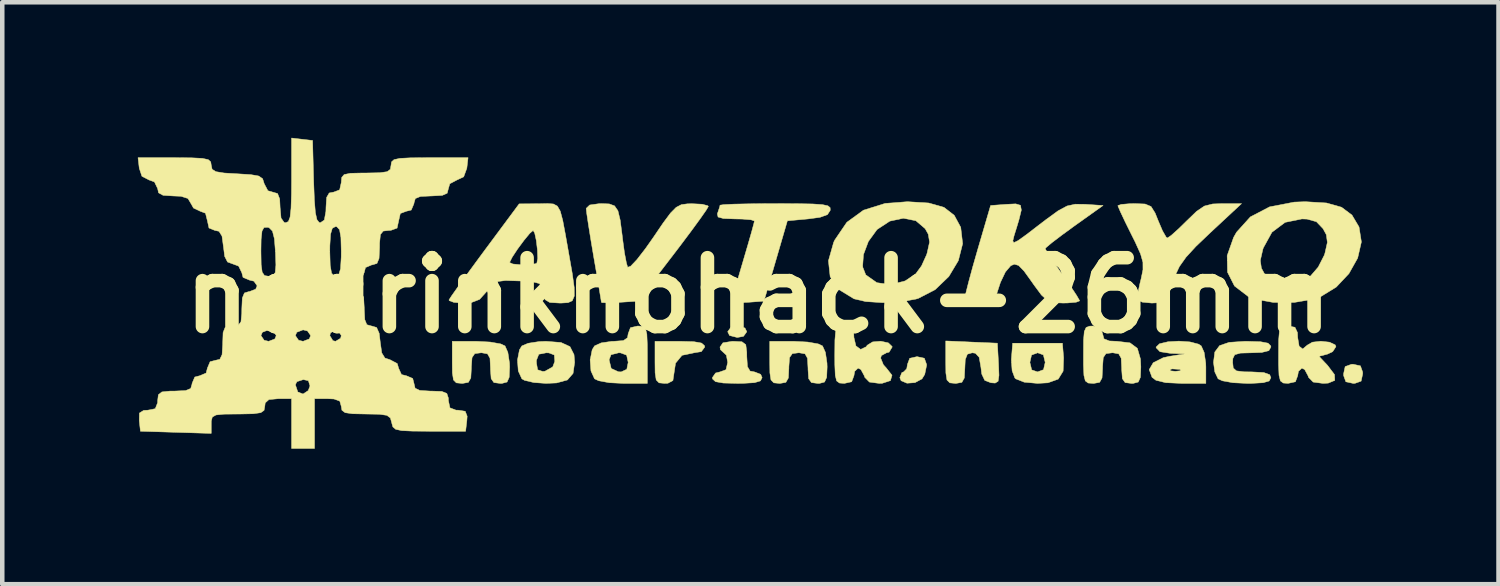
<source format=kicad_pcb>
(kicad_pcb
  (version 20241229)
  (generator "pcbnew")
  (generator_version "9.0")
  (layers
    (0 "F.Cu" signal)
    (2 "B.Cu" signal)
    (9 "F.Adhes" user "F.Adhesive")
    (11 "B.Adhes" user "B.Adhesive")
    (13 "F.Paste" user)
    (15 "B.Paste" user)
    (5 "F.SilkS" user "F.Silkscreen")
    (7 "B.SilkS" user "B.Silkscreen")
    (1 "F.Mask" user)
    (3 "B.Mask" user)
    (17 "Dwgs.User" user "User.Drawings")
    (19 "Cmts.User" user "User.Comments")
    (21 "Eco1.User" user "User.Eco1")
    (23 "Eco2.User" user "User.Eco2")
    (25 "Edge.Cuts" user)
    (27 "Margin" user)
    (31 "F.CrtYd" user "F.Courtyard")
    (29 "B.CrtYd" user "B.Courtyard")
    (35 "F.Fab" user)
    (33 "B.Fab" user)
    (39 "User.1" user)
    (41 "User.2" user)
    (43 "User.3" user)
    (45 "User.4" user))
  (footprint "nodrinknohack-26mm"
    (layer "F.Cu")
    (at 13.732 3.488)
    (property "Reference" "nodrinknohack-26mm" (at 0 0 0) (layer "F.SilkS") (effects (font (size 1.524 1.524) (thickness 0.3))))
    (attr through_hole)
    (fp_poly (pts (xy -0.295 0.721) (xy -0.254 0.804) (xy -0.328 0.906) (xy -0.466 0.931) (xy -0.636 0.887) (xy -0.677 0.804) (xy -0.604 0.702) (xy -0.466 0.677) (xy -0.295 0.721)) (stroke (width 0.01) (type solid)) (fill yes) (layer "F.SilkS"))
    (fp_poly (pts (xy 13.327 1.559) (xy 13.376 1.697) (xy 13.377 1.736) (xy 13.342 1.897) (xy 13.205 1.946) (xy 13.166 1.947) (xy 13.005 1.912) (xy 12.955 1.775) (xy 12.954 1.736) (xy 12.989 1.575) (xy 13.127 1.525) (xy 13.166 1.524) (xy 13.327 1.559)) (stroke (width 0.01) (type solid)) (fill yes) (layer "F.SilkS"))
    (fp_poly (pts (xy 3.676 1.391) (xy 3.725 1.528) (xy 3.725 1.549) (xy 3.684 1.748) (xy 3.624 1.846) (xy 3.469 1.93) (xy 3.292 1.943) (xy 3.161 1.888) (xy 3.133 1.82) (xy 3.178 1.708) (xy 3.217 1.693) (xy 3.286 1.622) (xy 3.302 1.524) (xy 3.352 1.391) (xy 3.514 1.355) (xy 3.676 1.391)) (stroke (width 0.01) (type solid)) (fill yes) (layer "F.SilkS"))
    (fp_poly (pts (xy -1.427 1.024) (xy -1.255 1.055) (xy -1.189 1.114) (xy -1.185 1.143) (xy -1.26 1.244) (xy -1.422 1.27) (xy -1.688 1.326) (xy -1.831 1.5) (xy -1.863 1.71) (xy -1.889 1.884) (xy -2 1.944) (xy -2.074 1.947) (xy -2.196 1.935) (xy -2.259 1.871) (xy -2.283 1.714) (xy -2.286 1.482) (xy -2.286 1.016) (xy -1.736 1.016) (xy -1.427 1.024)) (stroke (width 0.01) (type solid)) (fill yes) (layer "F.SilkS"))
    (fp_poly (pts (xy 5.292 1.058) (xy 5.317 1.509) (xy 5.327 1.769) (xy 5.308 1.9) (xy 5.243 1.94) (xy 5.148 1.933) (xy 5.012 1.88) (xy 4.946 1.74) (xy 4.927 1.587) (xy 4.889 1.37) (xy 4.806 1.28) (xy 4.736 1.27) (xy 4.628 1.3) (xy 4.581 1.42) (xy 4.572 1.609) (xy 4.56 1.827) (xy 4.506 1.924) (xy 4.379 1.947) (xy 4.36 1.947) (xy 4.239 1.935) (xy 4.176 1.872) (xy 4.152 1.716) (xy 4.149 1.478) (xy 4.149 1.008) (xy 5.292 1.058)) (stroke (width 0.01) (type solid)) (fill yes) (layer "F.SilkS"))
    (fp_poly (pts (xy 6.758 1.382) (xy 6.747 1.676) (xy 6.639 1.852) (xy 6.41 1.934) (xy 6.181 1.947) (xy 5.885 1.92) (xy 5.698 1.846) (xy 5.678 1.826) (xy 5.618 1.666) (xy 5.605 1.482) (xy 6.011 1.482) (xy 6.051 1.648) (xy 6.181 1.693) (xy 6.313 1.644) (xy 6.35 1.482) (xy 6.31 1.316) (xy 6.181 1.27) (xy 6.048 1.32) (xy 6.011 1.482) (xy 5.605 1.482) (xy 5.601 1.428) (xy 5.604 1.382) (xy 5.63 1.058) (xy 6.731 1.058) (xy 6.758 1.382)) (stroke (width 0.01) (type solid)) (fill yes) (layer "F.SilkS"))
    (fp_poly (pts (xy -0.361 1.026) (xy -0.276 1.09) (xy -0.255 1.255) (xy -0.254 1.355) (xy -0.24 1.576) (xy -0.182 1.674) (xy -0.085 1.693) (xy 0.053 1.746) (xy 0.085 1.82) (xy 0.048 1.892) (xy -0.083 1.931) (xy -0.341 1.946) (xy -0.466 1.947) (xy -0.774 1.939) (xy -0.946 1.909) (xy -1.012 1.849) (xy -1.016 1.82) (xy -0.945 1.717) (xy -0.847 1.693) (xy -0.714 1.644) (xy -0.677 1.482) (xy -0.706 1.323) (xy -0.762 1.27) (xy -0.837 1.201) (xy -0.847 1.143) (xy -0.782 1.049) (xy -0.577 1.016) (xy -0.55 1.016) (xy -0.361 1.026)) (stroke (width 0.01) (type solid)) (fill yes) (layer "F.SilkS"))
    (fp_poly (pts (xy -5.933 1.032) (xy -5.701 1.073) (xy -5.605 1.118) (xy -5.542 1.261) (xy -5.506 1.497) (xy -5.503 1.583) (xy -5.513 1.812) (xy -5.56 1.917) (xy -5.672 1.947) (xy -5.715 1.947) (xy -5.851 1.929) (xy -5.912 1.842) (xy -5.927 1.638) (xy -5.927 1.609) (xy -5.938 1.39) (xy -5.993 1.293) (xy -6.12 1.27) (xy -6.138 1.27) (xy -6.275 1.288) (xy -6.335 1.376) (xy -6.35 1.579) (xy -6.35 1.609) (xy -6.362 1.827) (xy -6.416 1.924) (xy -6.543 1.947) (xy -6.562 1.947) (xy -6.683 1.935) (xy -6.746 1.871) (xy -6.77 1.714) (xy -6.773 1.482) (xy -6.773 1.016) (xy -6.24 1.016) (xy -5.933 1.032)) (stroke (width 0.01) (type solid)) (fill yes) (layer "F.SilkS"))
    (fp_poly (pts (xy -4.366 1.042) (xy -4.168 1.133) (xy -4.078 1.31) (xy -4.064 1.482) (xy -4.099 1.726) (xy -4.224 1.871) (xy -4.465 1.937) (xy -4.699 1.947) (xy -4.968 1.928) (xy -5.172 1.88) (xy -5.232 1.846) (xy -5.312 1.671) (xy -5.325 1.488) (xy -4.911 1.488) (xy -4.883 1.646) (xy -4.771 1.683) (xy -4.72 1.678) (xy -4.549 1.582) (xy -4.503 1.46) (xy -4.514 1.318) (xy -4.635 1.272) (xy -4.693 1.27) (xy -4.857 1.302) (xy -4.909 1.434) (xy -4.911 1.488) (xy -5.325 1.488) (xy -5.329 1.428) (xy -5.285 1.203) (xy -5.232 1.118) (xy -5.093 1.059) (xy -4.852 1.022) (xy -4.699 1.016) (xy -4.366 1.042)) (stroke (width 0.01) (type solid)) (fill yes) (layer "F.SilkS"))
    (fp_poly (pts (xy 1.094 1.032) (xy 1.327 1.073) (xy 1.422 1.118) (xy 1.486 1.261) (xy 1.521 1.497) (xy 1.524 1.583) (xy 1.514 1.812) (xy 1.467 1.917) (xy 1.356 1.947) (xy 1.312 1.947) (xy 1.176 1.929) (xy 1.115 1.842) (xy 1.101 1.638) (xy 1.101 1.609) (xy 1.089 1.39) (xy 1.035 1.293) (xy 0.907 1.27) (xy 0.889 1.27) (xy 0.753 1.288) (xy 0.692 1.376) (xy 0.677 1.579) (xy 0.677 1.609) (xy 0.666 1.827) (xy 0.611 1.924) (xy 0.484 1.947) (xy 0.466 1.947) (xy 0.344 1.935) (xy 0.281 1.871) (xy 0.257 1.714) (xy 0.254 1.482) (xy 0.254 1.016) (xy 0.787 1.016) (xy 1.094 1.032)) (stroke (width 0.01) (type solid)) (fill yes) (layer "F.SilkS"))
    (fp_poly (pts (xy 9.554 1.029) (xy 9.746 1.079) (xy 9.804 1.118) (xy 9.868 1.261) (xy 9.903 1.497) (xy 9.906 1.583) (xy 9.906 1.947) (xy 9.366 1.947) (xy 9.017 1.931) (xy 8.803 1.879) (xy 8.715 1.813) (xy 8.662 1.668) (xy 9.112 1.668) (xy 9.229 1.68) (xy 9.349 1.667) (xy 9.335 1.637) (xy 9.161 1.626) (xy 9.123 1.637) (xy 9.112 1.668) (xy 8.662 1.668) (xy 8.652 1.642) (xy 8.741 1.49) (xy 8.963 1.378) (xy 9.11 1.346) (xy 9.44 1.294) (xy 9.123 1.282) (xy 8.891 1.246) (xy 8.806 1.159) (xy 8.805 1.143) (xy 8.88 1.07) (xy 9.066 1.026) (xy 9.309 1.012) (xy 9.554 1.029)) (stroke (width 0.01) (type solid)) (fill yes) (layer "F.SilkS"))
    (fp_poly (pts (xy 11.115 1.025) (xy 11.282 1.057) (xy 11.343 1.119) (xy 11.345 1.143) (xy 11.3 1.223) (xy 11.143 1.262) (xy 10.922 1.27) (xy 10.671 1.277) (xy 10.545 1.312) (xy 10.503 1.397) (xy 10.499 1.482) (xy 10.512 1.607) (xy 10.582 1.67) (xy 10.752 1.691) (xy 10.922 1.693) (xy 11.188 1.707) (xy 11.318 1.754) (xy 11.345 1.82) (xy 11.308 1.893) (xy 11.174 1.932) (xy 10.912 1.947) (xy 10.812 1.947) (xy 10.505 1.932) (xy 10.273 1.89) (xy 10.177 1.846) (xy 10.104 1.693) (xy 10.075 1.482) (xy 10.104 1.253) (xy 10.21 1.111) (xy 10.421 1.039) (xy 10.768 1.016) (xy 10.812 1.016) (xy 11.115 1.025)) (stroke (width 0.01) (type solid)) (fill yes) (layer "F.SilkS"))
    (fp_poly (pts (xy -2.559 0.685) (xy -2.496 0.733) (xy -2.466 0.856) (xy -2.456 1.089) (xy -2.455 1.312) (xy -2.455 1.947) (xy -2.989 1.947) (xy -3.295 1.932) (xy -3.528 1.89) (xy -3.624 1.846) (xy -3.703 1.671) (xy -3.721 1.428) (xy -3.72 1.425) (xy -3.302 1.425) (xy -3.255 1.617) (xy -3.096 1.69) (xy -3.034 1.693) (xy -2.91 1.635) (xy -2.879 1.482) (xy -2.914 1.321) (xy -3.051 1.271) (xy -3.09 1.27) (xy -3.259 1.313) (xy -3.302 1.425) (xy -3.72 1.425) (xy -3.676 1.203) (xy -3.624 1.118) (xy -3.477 1.051) (xy -3.246 1.017) (xy -3.2 1.016) (xy -2.986 1) (xy -2.894 0.937) (xy -2.879 0.847) (xy -2.829 0.714) (xy -2.667 0.677) (xy -2.559 0.685)) (stroke (width 0.01) (type solid)) (fill yes) (layer "F.SilkS"))
    (fp_poly (pts (xy 11.878 0.705) (xy 11.933 0.821) (xy 11.938 0.931) (xy 11.97 1.123) (xy 12.049 1.186) (xy 12.15 1.101) (xy 12.264 1.035) (xy 12.451 1.014) (xy 12.642 1.035) (xy 12.768 1.094) (xy 12.785 1.133) (xy 12.713 1.244) (xy 12.598 1.299) (xy 12.41 1.348) (xy 12.598 1.547) (xy 12.753 1.752) (xy 12.759 1.881) (xy 12.614 1.941) (xy 12.498 1.947) (xy 12.281 1.918) (xy 12.179 1.814) (xy 12.167 1.778) (xy 12.093 1.641) (xy 12.031 1.609) (xy 11.955 1.68) (xy 11.938 1.778) (xy 11.888 1.911) (xy 11.726 1.947) (xy 11.619 1.939) (xy 11.556 1.892) (xy 11.525 1.769) (xy 11.515 1.535) (xy 11.515 1.312) (xy 11.517 0.989) (xy 11.533 0.8) (xy 11.574 0.709) (xy 11.652 0.68) (xy 11.726 0.677) (xy 11.878 0.705)) (stroke (width 0.01) (type solid)) (fill yes) (layer "F.SilkS"))
    (fp_poly (pts (xy 0.868 -2.03) (xy 1.204 -2.024) (xy 1.421 -2.009) (xy 1.541 -1.983) (xy 1.59 -1.943) (xy 1.593 -1.886) (xy 1.593 -1.884) (xy 1.531 -1.788) (xy 1.365 -1.728) (xy 1.104 -1.693) (xy 0.644 -1.651) (xy 0.385 -0.762) (xy 0.126 0.127) (xy -0.233 0.153) (xy -0.453 0.161) (xy -0.58 0.152) (xy -0.593 0.143) (xy -0.57 0.052) (xy -0.509 -0.166) (xy -0.419 -0.476) (xy -0.339 -0.748) (xy -0.234 -1.105) (xy -0.15 -1.397) (xy -0.098 -1.59) (xy -0.085 -1.648) (xy -0.161 -1.674) (xy -0.356 -1.69) (xy -0.517 -1.693) (xy -0.771 -1.702) (xy -0.89 -1.735) (xy -0.906 -1.804) (xy -0.898 -1.827) (xy -0.853 -1.962) (xy -0.847 -1.997) (xy -0.767 -2.009) (xy -0.548 -2.02) (xy -0.218 -2.027) (xy 0.191 -2.032) (xy 0.387 -2.032) (xy 0.868 -2.03)) (stroke (width 0.01) (type solid)) (fill yes) (layer "F.SilkS"))
    (fp_poly (pts (xy 7.574 0.717) (xy 7.62 0.847) (xy 7.65 0.96) (xy 7.77 1.008) (xy 7.942 1.016) (xy 8.227 1.05) (xy 8.39 1.171) (xy 8.459 1.409) (xy 8.467 1.583) (xy 8.457 1.812) (xy 8.41 1.917) (xy 8.298 1.947) (xy 8.255 1.947) (xy 8.119 1.929) (xy 8.058 1.842) (xy 8.043 1.638) (xy 8.043 1.609) (xy 8.032 1.39) (xy 7.977 1.293) (xy 7.85 1.27) (xy 7.832 1.27) (xy 7.695 1.288) (xy 7.635 1.376) (xy 7.62 1.579) (xy 7.62 1.609) (xy 7.608 1.827) (xy 7.554 1.924) (xy 7.427 1.947) (xy 7.408 1.947) (xy 7.301 1.939) (xy 7.238 1.892) (xy 7.207 1.769) (xy 7.197 1.535) (xy 7.197 1.312) (xy 7.199 0.989) (xy 7.215 0.8) (xy 7.256 0.709) (xy 7.334 0.68) (xy 7.408 0.677) (xy 7.574 0.717)) (stroke (width 0.01) (type solid)) (fill yes) (layer "F.SilkS"))
    (fp_poly (pts (xy 2.056 0.705) (xy 2.112 0.821) (xy 2.117 0.931) (xy 2.161 1.117) (xy 2.265 1.195) (xy 2.386 1.138) (xy 2.413 1.101) (xy 2.531 1.029) (xy 2.71 1.014) (xy 2.878 1.05) (xy 2.962 1.131) (xy 2.963 1.143) (xy 2.896 1.255) (xy 2.836 1.27) (xy 2.724 1.332) (xy 2.709 1.387) (xy 2.769 1.535) (xy 2.836 1.609) (xy 2.96 1.767) (xy 2.925 1.886) (xy 2.743 1.945) (xy 2.677 1.947) (xy 2.46 1.918) (xy 2.358 1.814) (xy 2.346 1.778) (xy 2.272 1.641) (xy 2.209 1.609) (xy 2.134 1.68) (xy 2.117 1.778) (xy 2.067 1.911) (xy 1.905 1.947) (xy 1.797 1.939) (xy 1.734 1.892) (xy 1.704 1.769) (xy 1.694 1.535) (xy 1.693 1.312) (xy 1.696 0.989) (xy 1.712 0.8) (xy 1.753 0.709) (xy 1.831 0.68) (xy 1.905 0.677) (xy 2.056 0.705)) (stroke (width 0.01) (type solid)) (fill yes) (layer "F.SilkS"))
    (fp_poly (pts (xy -3.298 -2.025) (xy -3.181 -1.982) (xy -3.106 -1.873) (xy -3.056 -1.666) (xy -3.012 -1.329) (xy -3 -1.228) (xy -2.961 -0.94) (xy -2.918 -0.716) (xy -2.89 -0.623) (xy -2.824 -0.647) (xy -2.686 -0.792) (xy -2.497 -1.036) (xy -2.328 -1.276) (xy -2.102 -1.608) (xy -1.941 -1.824) (xy -1.817 -1.949) (xy -1.702 -2.009) (xy -1.567 -2.027) (xy -1.46 -2.029) (xy -1.242 -2.018) (xy -1.117 -1.985) (xy -1.105 -1.968) (xy -1.156 -1.882) (xy -1.292 -1.688) (xy -1.496 -1.409) (xy -1.75 -1.071) (xy -1.889 -0.889) (xy -2.668 0.127) (xy -3.07 0.153) (xy -3.304 0.163) (xy -3.449 0.16) (xy -3.472 0.153) (xy -3.486 0.064) (xy -3.523 -0.157) (xy -3.577 -0.478) (xy -3.641 -0.847) (xy -3.707 -1.24) (xy -3.761 -1.577) (xy -3.797 -1.819) (xy -3.809 -1.926) (xy -3.731 -2.001) (xy -3.51 -2.032) (xy -3.477 -2.032) (xy -3.298 -2.025)) (stroke (width 0.01) (type solid)) (fill yes) (layer "F.SilkS"))
    (fp_poly (pts (xy 10.008 -1.392) (xy 9.685 -1.084) (xy 9.466 -0.845) (xy 9.32 -0.639) (xy 9.221 -0.428) (xy 9.174 -0.292) (xy 9.086 -0.031) (xy 9.007 0.106) (xy 8.898 0.16) (xy 8.717 0.169) (xy 8.705 0.169) (xy 8.499 0.149) (xy 8.388 0.097) (xy 8.382 0.08) (xy 8.401 -0.052) (xy 8.45 -0.278) (xy 8.474 -0.374) (xy 8.514 -0.569) (xy 8.513 -0.734) (xy 8.46 -0.92) (xy 8.343 -1.179) (xy 8.262 -1.341) (xy 8.12 -1.628) (xy 8.014 -1.853) (xy 7.961 -1.977) (xy 7.959 -1.988) (xy 8.034 -2.014) (xy 8.225 -2.03) (xy 8.333 -2.032) (xy 8.561 -2.023) (xy 8.692 -1.968) (xy 8.782 -1.825) (xy 8.852 -1.651) (xy 8.947 -1.429) (xy 9.026 -1.292) (xy 9.053 -1.27) (xy 9.137 -1.326) (xy 9.3 -1.472) (xy 9.483 -1.651) (xy 9.703 -1.863) (xy 9.874 -1.978) (xy 10.057 -2.024) (xy 10.276 -2.032) (xy 10.696 -2.032) (xy 10.008 -1.392)) (stroke (width 0.01) (type solid)) (fill yes) (layer "F.SilkS"))
    (fp_poly (pts (xy 3.773 -2.045) (xy 4.11 -1.949) (xy 4.337 -1.773) (xy 4.481 -1.507) (xy 4.481 -1.506) (xy 4.523 -1.145) (xy 4.428 -0.77) (xy 4.217 -0.418) (xy 3.915 -0.128) (xy 3.545 0.064) (xy 3.49 0.081) (xy 3.143 0.142) (xy 2.748 0.16) (xy 2.378 0.136) (xy 2.118 0.075) (xy 1.781 -0.131) (xy 1.591 -0.415) (xy 1.567 -0.634) (xy 2.309 -0.634) (xy 2.379 -0.455) (xy 2.624 -0.282) (xy 2.93 -0.237) (xy 3.251 -0.321) (xy 3.484 -0.477) (xy 3.613 -0.653) (xy 3.725 -0.899) (xy 3.738 -0.941) (xy 3.791 -1.181) (xy 3.762 -1.355) (xy 3.693 -1.478) (xy 3.488 -1.653) (xy 3.211 -1.708) (xy 2.911 -1.644) (xy 2.635 -1.463) (xy 2.624 -1.452) (xy 2.437 -1.195) (xy 2.328 -0.904) (xy 2.309 -0.634) (xy 1.567 -0.634) (xy 1.553 -0.767) (xy 1.669 -1.176) (xy 1.693 -1.226) (xy 1.96 -1.618) (xy 2.328 -1.886) (xy 2.807 -2.036) (xy 3.302 -2.074) (xy 3.773 -2.045)) (stroke (width 0.01) (type solid)) (fill yes) (layer "F.SilkS"))
    (fp_poly (pts (xy 12.574 -2.046) (xy 12.908 -1.952) (xy 13.139 -1.779) (xy 13.296 -1.515) (xy 13.348 -1.184) (xy 13.266 -0.827) (xy 13.072 -0.482) (xy 12.791 -0.184) (xy 12.444 0.029) (xy 12.295 0.081) (xy 11.857 0.156) (xy 11.403 0.156) (xy 11.001 0.084) (xy 10.839 0.021) (xy 10.54 -0.208) (xy 10.385 -0.514) (xy 10.38 -0.774) (xy 11.111 -0.774) (xy 11.135 -0.603) (xy 11.208 -0.47) (xy 11.408 -0.305) (xy 11.687 -0.248) (xy 11.99 -0.3) (xy 12.221 -0.428) (xy 12.392 -0.626) (xy 12.526 -0.888) (xy 12.541 -0.932) (xy 12.595 -1.173) (xy 12.572 -1.344) (xy 12.499 -1.478) (xy 12.353 -1.631) (xy 12.146 -1.689) (xy 12.032 -1.693) (xy 11.66 -1.617) (xy 11.368 -1.398) (xy 11.177 -1.051) (xy 11.166 -1.015) (xy 11.111 -0.774) (xy 10.38 -0.774) (xy 10.377 -0.879) (xy 10.52 -1.284) (xy 10.586 -1.4) (xy 10.891 -1.738) (xy 11.317 -1.96) (xy 11.862 -2.065) (xy 12.107 -2.074) (xy 12.574 -2.046)) (stroke (width 0.01) (type solid)) (fill yes) (layer "F.SilkS"))
    (fp_poly (pts (xy 5.803 -1.995) (xy 5.822 -1.889) (xy 5.769 -1.673) (xy 5.717 -1.5) (xy 5.66 -1.317) (xy 5.633 -1.204) (xy 5.657 -1.168) (xy 5.75 -1.213) (xy 5.934 -1.345) (xy 6.227 -1.57) (xy 6.367 -1.677) (xy 6.635 -1.872) (xy 6.833 -1.979) (xy 7.017 -2.019) (xy 7.237 -2.016) (xy 7.631 -1.99) (xy 6.99 -1.533) (xy 6.712 -1.33) (xy 6.494 -1.164) (xy 6.369 -1.058) (xy 6.35 -1.035) (xy 6.396 -0.952) (xy 6.517 -0.768) (xy 6.689 -0.52) (xy 6.731 -0.461) (xy 6.912 -0.202) (xy 7.046 0.001) (xy 7.11 0.113) (xy 7.112 0.121) (xy 7.036 0.15) (xy 6.846 0.167) (xy 6.745 0.169) (xy 6.541 0.16) (xy 6.398 0.111) (xy 6.266 -0.01) (xy 6.1 -0.234) (xy 6.06 -0.292) (xy 5.883 -0.538) (xy 5.762 -0.663) (xy 5.668 -0.691) (xy 5.587 -0.657) (xy 5.469 -0.518) (xy 5.359 -0.287) (xy 5.329 -0.195) (xy 5.256 0.03) (xy 5.169 0.136) (xy 5.015 0.168) (xy 4.9 0.169) (xy 4.666 0.144) (xy 4.573 0.072) (xy 4.572 0.063) (xy 4.595 -0.056) (xy 4.657 -0.302) (xy 4.748 -0.637) (xy 4.857 -1.017) (xy 5.142 -1.99) (xy 5.492 -2.016) (xy 5.698 -2.026) (xy 5.803 -1.995)) (stroke (width 0.01) (type solid)) (fill yes) (layer "F.SilkS"))
    (fp_poly (pts (xy -4.535 -2.024) (xy -4.446 -1.976) (xy -4.382 -1.864) (xy -4.328 -1.662) (xy -4.268 -1.344) (xy -4.194 -0.925) (xy -4.116 -0.481) (xy -4.074 -0.177) (xy -4.072 0.014) (xy -4.116 0.117) (xy -4.209 0.16) (xy -4.357 0.169) (xy -4.397 0.169) (xy -4.615 0.156) (xy -4.717 0.095) (xy -4.755 -0.049) (xy -4.757 -0.064) (xy -4.782 -0.192) (xy -4.848 -0.264) (xy -4.997 -0.301) (xy -5.269 -0.32) (xy -5.304 -0.321) (xy -5.596 -0.33) (xy -5.773 -0.307) (xy -5.89 -0.236) (xy -6.002 -0.098) (xy -6.009 -0.088) (xy -6.168 0.088) (xy -6.356 0.16) (xy -6.532 0.169) (xy -6.737 0.154) (xy -6.841 0.115) (xy -6.844 0.098) (xy -6.786 0.008) (xy -6.645 -0.192) (xy -6.439 -0.477) (xy -6.255 -0.727) (xy -5.503 -0.727) (xy -5.431 -0.695) (xy -5.263 -0.679) (xy -5.071 -0.681) (xy -4.928 -0.701) (xy -4.901 -0.715) (xy -4.881 -0.816) (xy -4.888 -1.006) (xy -4.913 -1.216) (xy -4.949 -1.382) (xy -4.983 -1.438) (xy -5.057 -1.374) (xy -5.185 -1.219) (xy -5.327 -1.027) (xy -5.445 -0.848) (xy -5.502 -0.735) (xy -5.503 -0.727) (xy -6.255 -0.727) (xy -6.187 -0.82) (xy -6.054 -1) (xy -5.292 -2.026) (xy -4.849 -2.029) (xy -4.664 -2.033) (xy -4.535 -2.024)) (stroke (width 0.01) (type solid)) (fill yes) (layer "F.SilkS"))
    (fp_poly (pts (xy -10.097 -3.456) (xy -9.864 -3.429) (xy -9.84 -2.519) (xy -9.824 -2.104) (xy -9.802 -1.832) (xy -9.768 -1.677) (xy -9.719 -1.614) (xy -9.691 -1.609) (xy -9.604 -1.668) (xy -9.569 -1.863) (xy -9.567 -1.947) (xy -9.553 -2.169) (xy -9.496 -2.267) (xy -9.398 -2.286) (xy -9.265 -2.336) (xy -9.229 -2.498) (xy -9.219 -2.611) (xy -9.165 -2.675) (xy -9.027 -2.703) (xy -8.768 -2.709) (xy -8.678 -2.709) (xy -8.381 -2.715) (xy -8.214 -2.738) (xy -8.143 -2.791) (xy -8.128 -2.879) (xy -8.116 -2.956) (xy -8.061 -3.005) (xy -7.932 -3.033) (xy -7.699 -3.045) (xy -7.33 -3.048) (xy -7.276 -3.048) (xy -6.423 -3.048) (xy -6.45 -2.815) (xy -6.52 -2.624) (xy -6.668 -2.555) (xy -6.827 -2.471) (xy -6.858 -2.365) (xy -6.885 -2.262) (xy -6.994 -2.214) (xy -7.227 -2.201) (xy -7.239 -2.201) (xy -7.477 -2.19) (xy -7.59 -2.144) (xy -7.62 -2.044) (xy -7.62 -2.032) (xy -7.68 -1.89) (xy -7.789 -1.863) (xy -7.922 -1.813) (xy -7.959 -1.651) (xy -7.994 -1.49) (xy -8.131 -1.44) (xy -8.17 -1.439) (xy -8.301 -1.424) (xy -8.363 -1.346) (xy -8.381 -1.161) (xy -8.382 -1.058) (xy -8.393 -0.82) (xy -8.439 -0.708) (xy -8.539 -0.677) (xy -8.551 -0.677) (xy -8.693 -0.617) (xy -8.721 -0.508) (xy -8.781 -0.366) (xy -8.89 -0.339) (xy -9.028 -0.286) (xy -9.059 -0.212) (xy -8.989 -0.108) (xy -8.89 -0.085) (xy -8.784 -0.06) (xy -8.734 0.044) (xy -8.721 0.269) (xy -8.721 0.296) (xy -8.709 0.535) (xy -8.663 0.648) (xy -8.562 0.677) (xy -8.556 0.677) (xy -8.447 0.71) (xy -8.39 0.838) (xy -8.366 1.037) (xy -8.333 1.272) (xy -8.263 1.386) (xy -8.149 1.424) (xy -7.99 1.508) (xy -7.959 1.615) (xy -7.896 1.752) (xy -7.789 1.778) (xy -7.648 1.838) (xy -7.62 1.947) (xy -7.595 2.053) (xy -7.492 2.103) (xy -7.266 2.117) (xy -7.239 2.117) (xy -7.004 2.125) (xy -6.893 2.169) (xy -6.859 2.271) (xy -6.858 2.328) (xy -6.824 2.488) (xy -6.69 2.539) (xy -6.641 2.54) (xy -6.486 2.564) (xy -6.443 2.673) (xy -6.45 2.773) (xy -6.477 3.006) (xy -7.281 3.006) (xy -7.655 3.003) (xy -7.892 2.992) (xy -8.025 2.963) (xy -8.087 2.91) (xy -8.111 2.826) (xy -8.113 2.815) (xy -8.142 2.712) (xy -8.22 2.654) (xy -8.386 2.63) (xy -8.68 2.625) (xy -8.684 2.625) (xy -8.98 2.619) (xy -9.144 2.595) (xy -9.215 2.541) (xy -9.229 2.455) (xy -9.262 2.339) (xy -9.391 2.292) (xy -9.525 2.286) (xy -9.821 2.286) (xy -9.821 3.387) (xy -10.329 3.387) (xy -10.329 2.286) (xy -10.626 2.286) (xy -10.83 2.305) (xy -10.912 2.379) (xy -10.922 2.455) (xy -10.938 2.544) (xy -11.01 2.595) (xy -11.175 2.619) (xy -11.467 2.625) (xy -11.515 2.625) (xy -11.824 2.628) (xy -12.001 2.646) (xy -12.083 2.692) (xy -12.106 2.78) (xy -12.107 2.84) (xy -12.107 3.054) (xy -12.89 3.03) (xy -13.674 3.006) (xy -13.7 2.773) (xy -13.697 2.604) (xy -13.603 2.545) (xy -13.51 2.54) (xy -13.346 2.507) (xy -13.294 2.376) (xy -13.293 2.328) (xy -13.277 2.198) (xy -13.199 2.136) (xy -13.014 2.117) (xy -12.912 2.117) (xy -12.674 2.106) (xy -12.561 2.06) (xy -12.536 1.976) (xy -10.245 1.976) (xy -10.191 2.137) (xy -10.075 2.182) (xy -9.96 2.106) (xy -9.921 2.004) (xy -9.957 1.887) (xy -10.069 1.863) (xy -10.21 1.908) (xy -10.245 1.976) (xy -12.536 1.976) (xy -12.531 1.959) (xy -12.531 1.947) (xy -12.471 1.806) (xy -12.361 1.778) (xy -12.22 1.718) (xy -12.192 1.609) (xy -12.132 1.467) (xy -12.023 1.439) (xy -11.917 1.414) (xy -11.867 1.311) (xy -11.853 1.086) (xy -11.853 1.058) (xy -11.847 0.889) (xy -11.007 0.889) (xy -10.936 0.992) (xy -10.837 1.016) (xy -10.699 0.963) (xy -10.668 0.889) (xy -10.245 0.889) (xy -10.174 0.992) (xy -10.075 1.016) (xy -9.937 0.963) (xy -9.906 0.889) (xy -9.483 0.889) (xy -9.415 1.001) (xy -9.356 1.016) (xy -9.243 0.948) (xy -9.229 0.889) (xy -9.296 0.777) (xy -9.356 0.762) (xy -9.468 0.83) (xy -9.483 0.889) (xy -9.906 0.889) (xy -9.977 0.786) (xy -10.075 0.762) (xy -10.213 0.815) (xy -10.245 0.889) (xy -10.668 0.889) (xy -10.739 0.786) (xy -10.837 0.762) (xy -10.975 0.815) (xy -11.007 0.889) (xy -11.847 0.889) (xy -11.845 0.823) (xy -11.801 0.712) (xy -11.699 0.679) (xy -11.642 0.677) (xy -11.511 0.662) (xy -11.449 0.584) (xy -11.431 0.399) (xy -11.43 0.296) (xy -11.419 0.058) (xy -11.373 -0.054) (xy -11.273 -0.085) (xy -11.261 -0.085) (xy -11.123 -0.138) (xy -11.091 -0.212) (xy -11.162 -0.315) (xy -11.261 -0.339) (xy -11.403 -0.399) (xy -11.43 -0.502) (xy -11.501 -0.649) (xy -11.62 -0.693) (xy -11.746 -0.739) (xy -11.81 -0.865) (xy -11.824 -0.98) (xy -11.007 -0.98) (xy -11.002 -0.68) (xy -10.979 -0.513) (xy -10.927 -0.439) (xy -10.834 -0.423) (xy -10.833 -0.423) (xy -10.739 -0.438) (xy -10.69 -0.508) (xy -10.676 -0.672) (xy -10.685 -0.952) (xy -10.687 -0.974) (xy -9.483 -0.974) (xy -9.474 -0.665) (xy -9.444 -0.493) (xy -9.384 -0.427) (xy -9.356 -0.423) (xy -9.284 -0.46) (xy -9.245 -0.591) (xy -9.23 -0.849) (xy -9.229 -0.974) (xy -9.237 -1.282) (xy -9.267 -1.454) (xy -9.327 -1.52) (xy -9.356 -1.524) (xy -9.427 -1.487) (xy -9.466 -1.356) (xy -9.482 -1.099) (xy -9.483 -0.974) (xy -10.687 -0.974) (xy -10.709 -1.254) (xy -10.752 -1.424) (xy -10.825 -1.498) (xy -10.858 -1.508) (xy -10.939 -1.503) (xy -10.983 -1.425) (xy -11.003 -1.242) (xy -11.007 -0.98) (xy -11.824 -0.98) (xy -11.837 -1.079) (xy -11.869 -1.313) (xy -11.935 -1.419) (xy -12.028 -1.439) (xy -12.157 -1.492) (xy -12.192 -1.651) (xy -12.234 -1.819) (xy -12.351 -1.863) (xy -12.5 -1.934) (xy -12.555 -2.032) (xy -12.622 -2.145) (xy -12.776 -2.194) (xy -12.946 -2.201) (xy -13.172 -2.215) (xy -13.273 -2.271) (xy -13.293 -2.365) (xy -13.364 -2.512) (xy -13.483 -2.555) (xy -13.641 -2.637) (xy -13.7 -2.815) (xy -13.727 -3.048) (xy -12.917 -3.048) (xy -12.542 -3.045) (xy -12.304 -3.033) (xy -12.173 -3.005) (xy -12.118 -2.955) (xy -12.107 -2.883) (xy -12.088 -2.793) (xy -12.005 -2.739) (xy -11.822 -2.709) (xy -11.536 -2.692) (xy -11.23 -2.673) (xy -11.055 -2.642) (xy -10.97 -2.583) (xy -10.938 -2.484) (xy -10.937 -2.477) (xy -10.853 -2.317) (xy -10.747 -2.286) (xy -10.639 -2.255) (xy -10.592 -2.135) (xy -10.583 -1.947) (xy -10.562 -1.712) (xy -10.493 -1.615) (xy -10.456 -1.609) (xy -10.4 -1.635) (xy -10.362 -1.733) (xy -10.341 -1.928) (xy -10.331 -2.247) (xy -10.329 -2.546) (xy -10.329 -3.483) (xy -10.097 -3.456)) (stroke (width 0.01) (type solid)) (fill yes) (layer "F.SilkS")))
  (gr_rect
    (start -3 -3)
    (end 30.115 9.879)
    (stroke (width 0.1) (type default))
    (fill no)
    (layer "Edge.Cuts")))
</source>
